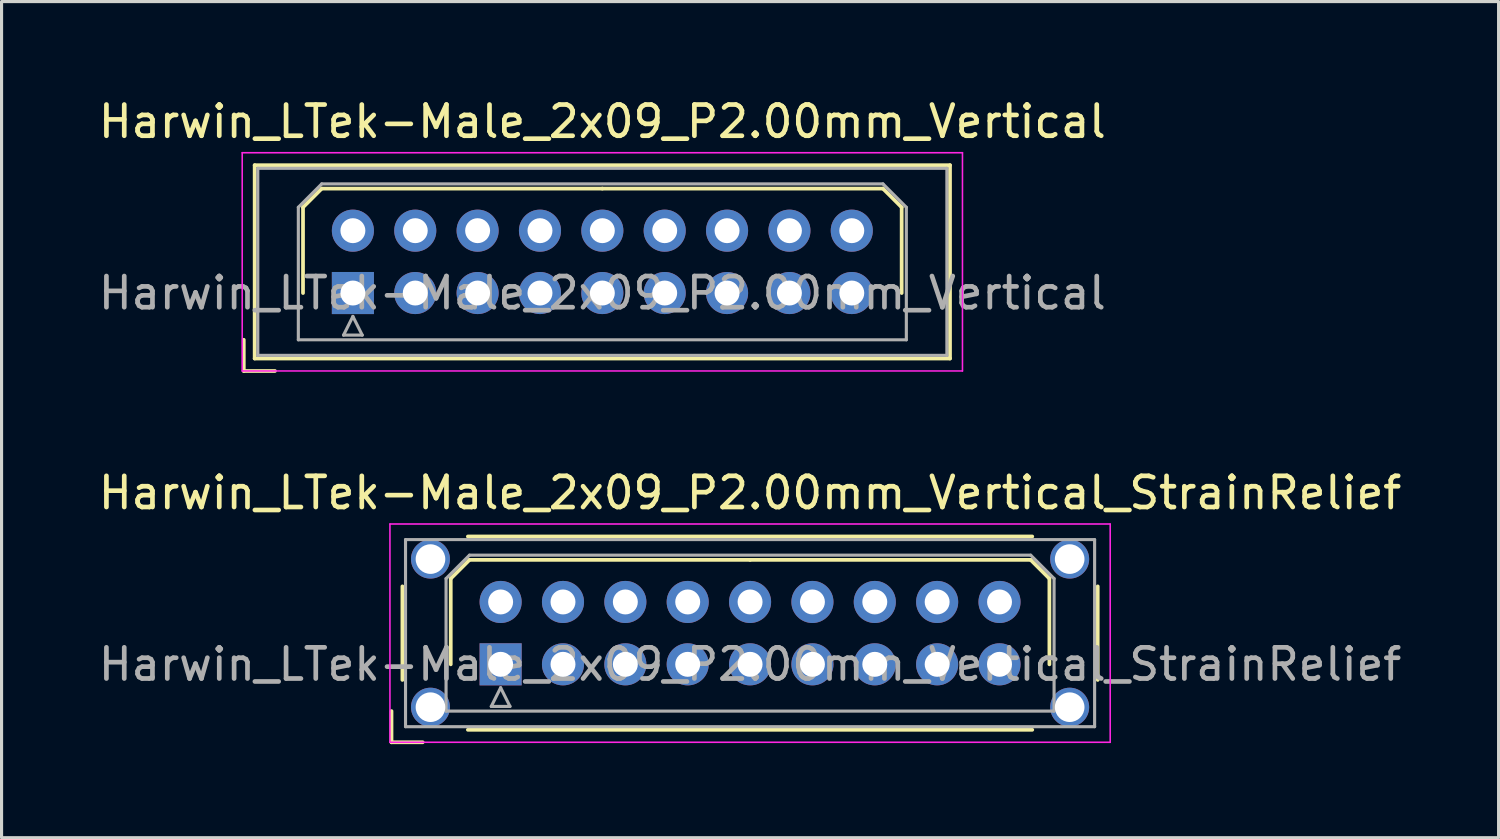
<source format=kicad_pcb>
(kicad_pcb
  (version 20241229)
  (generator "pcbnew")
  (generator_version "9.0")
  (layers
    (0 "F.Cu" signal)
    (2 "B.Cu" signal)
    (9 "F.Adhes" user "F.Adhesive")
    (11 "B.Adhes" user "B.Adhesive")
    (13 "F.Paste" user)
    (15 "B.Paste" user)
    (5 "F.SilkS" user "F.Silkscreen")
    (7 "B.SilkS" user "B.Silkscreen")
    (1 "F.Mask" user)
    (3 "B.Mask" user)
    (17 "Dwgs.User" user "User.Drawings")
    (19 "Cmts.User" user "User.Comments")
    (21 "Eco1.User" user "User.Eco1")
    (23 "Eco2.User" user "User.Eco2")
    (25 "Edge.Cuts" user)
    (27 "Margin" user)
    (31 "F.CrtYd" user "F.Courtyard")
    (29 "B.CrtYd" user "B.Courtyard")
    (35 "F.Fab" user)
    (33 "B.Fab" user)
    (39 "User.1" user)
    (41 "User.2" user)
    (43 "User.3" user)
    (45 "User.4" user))
  (footprint "Harwin_LTek-Male_2x09_P2.00mm_Vertical"
    (layer "F.Cu")
    (at 8.268 6.348)
    (property "Reference" "Harwin_LTek-Male_2x09_P2.00mm_Vertical" (at 8 -5.5 0) (layer "F.SilkS") (effects (font (size 1 1) (thickness 0.15))))
    (attr through_hole)
    (fp_line (start -3.5 1.5) (end -3.5 2.5) (stroke (width 0.12) (type solid)) (layer "F.SilkS"))
    (fp_line (start -3.5 2.5) (end -2.5 2.5) (stroke (width 0.12) (type solid)) (layer "F.SilkS"))
    (fp_line (start -3.15 -4.1) (end -3.15 2.1) (stroke (width 0.12) (type solid)) (layer "F.SilkS"))
    (fp_line (start -3.15 2.1) (end 19.15 2.1) (stroke (width 0.12) (type solid)) (layer "F.SilkS"))
    (fp_line (start -1.6 -2.75) (end -1 -3.35) (stroke (width 0.12) (type solid)) (layer "F.SilkS"))
    (fp_line (start -1.6 0) (end -1.6 -2.75) (stroke (width 0.12) (type solid)) (layer "F.SilkS"))
    (fp_line (start -1 -3.35) (end 8 -3.35) (stroke (width 0.12) (type solid)) (layer "F.SilkS"))
    (fp_line (start 17 -3.35) (end 8 -3.35) (stroke (width 0.12) (type solid)) (layer "F.SilkS"))
    (fp_line (start 17.6 -2.75) (end 17 -3.35) (stroke (width 0.12) (type solid)) (layer "F.SilkS"))
    (fp_line (start 17.6 0) (end 17.6 -2.75) (stroke (width 0.12) (type solid)) (layer "F.SilkS"))
    (fp_line (start 19.15 -4.1) (end -3.15 -4.1) (stroke (width 0.12) (type solid)) (layer "F.SilkS"))
    (fp_line (start 19.15 2.1) (end 19.15 -4.1) (stroke (width 0.12) (type solid)) (layer "F.SilkS"))
    (fp_line (start -3.55 -4.5) (end -3.55 2.5) (stroke (width 0.05) (type solid)) (layer "F.CrtYd"))
    (fp_line (start -3.55 2.5) (end 19.55 2.5) (stroke (width 0.05) (type solid)) (layer "F.CrtYd"))
    (fp_line (start 19.55 -4.5) (end -3.55 -4.5) (stroke (width 0.05) (type solid)) (layer "F.CrtYd"))
    (fp_line (start 19.55 2.5) (end 19.55 -4.5) (stroke (width 0.05) (type solid)) (layer "F.CrtYd"))
    (fp_line (start -3.05 -4) (end -3.05 2) (stroke (width 0.1) (type solid)) (layer "F.Fab"))
    (fp_line (start -3.05 2) (end 19.05 2) (stroke (width 0.1) (type solid)) (layer "F.Fab"))
    (fp_line (start -1.75 -2.75) (end -1 -3.5) (stroke (width 0.1) (type solid)) (layer "F.Fab"))
    (fp_line (start -1.75 1.5) (end -1.75 -2.75) (stroke (width 0.1) (type solid)) (layer "F.Fab"))
    (fp_line (start -1 -3.5) (end 17 -3.5) (stroke (width 0.1) (type solid)) (layer "F.Fab"))
    (fp_line (start -0.3 1.35) (end 0.3 1.35) (stroke (width 0.1) (type solid)) (layer "F.Fab"))
    (fp_line (start 0 0.75) (end -0.3 1.35) (stroke (width 0.1) (type solid)) (layer "F.Fab"))
    (fp_line (start 0.3 1.35) (end 0 0.75) (stroke (width 0.1) (type solid)) (layer "F.Fab"))
    (fp_line (start 17 -3.5) (end 17.75 -2.75) (stroke (width 0.1) (type solid)) (layer "F.Fab"))
    (fp_line (start 17.75 -2.75) (end 17.75 1.5) (stroke (width 0.1) (type solid)) (layer "F.Fab"))
    (fp_line (start 17.75 1.5) (end -1.75 1.5) (stroke (width 0.1) (type solid)) (layer "F.Fab"))
    (fp_line (start 19.05 -4) (end -3.05 -4) (stroke (width 0.1) (type solid)) (layer "F.Fab"))
    (fp_line (start 19.05 2) (end 19.05 -4) (stroke (width 0.1) (type solid)) (layer "F.Fab"))
    (fp_text user "${REFERENCE}" (at 8 0 0) (layer "F.Fab") (effects (font (size 1 1) (thickness 0.15))))
    (pad "1" thru_hole rect (at 0 0) (size 1.35 1.35) (drill 0.8) (layers "*.Cu" "*.Mask"))
    (pad "2" thru_hole circle (at 0 -2) (size 1.35 1.35) (drill 0.8) (layers "*.Cu" "*.Mask"))
    (pad "3" thru_hole circle (at 2 0) (size 1.35 1.35) (drill 0.8) (layers "*.Cu" "*.Mask"))
    (pad "4" thru_hole circle (at 2 -2) (size 1.35 1.35) (drill 0.8) (layers "*.Cu" "*.Mask"))
    (pad "5" thru_hole circle (at 4 0) (size 1.35 1.35) (drill 0.8) (layers "*.Cu" "*.Mask"))
    (pad "6" thru_hole circle (at 4 -2) (size 1.35 1.35) (drill 0.8) (layers "*.Cu" "*.Mask"))
    (pad "7" thru_hole circle (at 6 0) (size 1.35 1.35) (drill 0.8) (layers "*.Cu" "*.Mask"))
    (pad "8" thru_hole circle (at 6 -2) (size 1.35 1.35) (drill 0.8) (layers "*.Cu" "*.Mask"))
    (pad "9" thru_hole circle (at 8 0) (size 1.35 1.35) (drill 0.8) (layers "*.Cu" "*.Mask"))
    (pad "10" thru_hole circle (at 8 -2) (size 1.35 1.35) (drill 0.8) (layers "*.Cu" "*.Mask"))
    (pad "11" thru_hole circle (at 10 0) (size 1.35 1.35) (drill 0.8) (layers "*.Cu" "*.Mask"))
    (pad "12" thru_hole circle (at 10 -2) (size 1.35 1.35) (drill 0.8) (layers "*.Cu" "*.Mask"))
    (pad "13" thru_hole circle (at 12 0) (size 1.35 1.35) (drill 0.8) (layers "*.Cu" "*.Mask"))
    (pad "14" thru_hole circle (at 12 -2) (size 1.35 1.35) (drill 0.8) (layers "*.Cu" "*.Mask"))
    (pad "15" thru_hole circle (at 14 0) (size 1.35 1.35) (drill 0.8) (layers "*.Cu" "*.Mask"))
    (pad "16" thru_hole circle (at 14 -2) (size 1.35 1.35) (drill 0.8) (layers "*.Cu" "*.Mask"))
    (pad "17" thru_hole circle (at 16 0) (size 1.35 1.35) (drill 0.8) (layers "*.Cu" "*.Mask"))
    (pad "18" thru_hole circle (at 16 -2) (size 1.35 1.35) (drill 0.8) (layers "*.Cu" "*.Mask")))
  (footprint "Harwin_LTek-Male_2x09_P2.00mm_Vertical_StrainRelief"
    (layer "F.Cu")
    (at 13.006 18.256)
    (property "Reference" "Harwin_LTek-Male_2x09_P2.00mm_Vertical_StrainRelief" (at 8 -5.5 0) (layer "F.SilkS") (effects (font (size 1 1) (thickness 0.15))))
    (attr through_hole)
    (fp_line (start -3.5 1.5) (end -3.5 2.5) (stroke (width 0.12) (type solid)) (layer "F.SilkS"))
    (fp_line (start -3.5 2.5) (end -2.5 2.5) (stroke (width 0.12) (type solid)) (layer "F.SilkS"))
    (fp_line (start -3.15 -2.5) (end -3.15 0.5) (stroke (width 0.12) (type solid)) (layer "F.SilkS"))
    (fp_line (start -1.6 -2.75) (end -1 -3.35) (stroke (width 0.12) (type solid)) (layer "F.SilkS"))
    (fp_line (start -1.6 0) (end -1.6 -2.75) (stroke (width 0.12) (type solid)) (layer "F.SilkS"))
    (fp_line (start -1.05 -4.1) (end 17.05 -4.1) (stroke (width 0.12) (type solid)) (layer "F.SilkS"))
    (fp_line (start -1.05 2.1) (end 17.05 2.1) (stroke (width 0.12) (type solid)) (layer "F.SilkS"))
    (fp_line (start -1 -3.35) (end 8 -3.35) (stroke (width 0.12) (type solid)) (layer "F.SilkS"))
    (fp_line (start 17 -3.35) (end 8 -3.35) (stroke (width 0.12) (type solid)) (layer "F.SilkS"))
    (fp_line (start 17.6 -2.75) (end 17 -3.35) (stroke (width 0.12) (type solid)) (layer "F.SilkS"))
    (fp_line (start 17.6 0) (end 17.6 -2.75) (stroke (width 0.12) (type solid)) (layer "F.SilkS"))
    (fp_line (start 19.15 -2.5) (end 19.15 0.5) (stroke (width 0.12) (type solid)) (layer "F.SilkS"))
    (fp_line (start -3.55 -4.5) (end -3.55 2.5) (stroke (width 0.05) (type solid)) (layer "F.CrtYd"))
    (fp_line (start -3.55 2.5) (end 19.55 2.5) (stroke (width 0.05) (type solid)) (layer "F.CrtYd"))
    (fp_line (start 19.55 -4.5) (end -3.55 -4.5) (stroke (width 0.05) (type solid)) (layer "F.CrtYd"))
    (fp_line (start 19.55 2.5) (end 19.55 -4.5) (stroke (width 0.05) (type solid)) (layer "F.CrtYd"))
    (fp_line (start -3.05 -4) (end -3.05 2) (stroke (width 0.1) (type solid)) (layer "F.Fab"))
    (fp_line (start -3.05 2) (end 19.05 2) (stroke (width 0.1) (type solid)) (layer "F.Fab"))
    (fp_line (start -1.75 -2.75) (end -1 -3.5) (stroke (width 0.1) (type solid)) (layer "F.Fab"))
    (fp_line (start -1.75 1.5) (end -1.75 -2.75) (stroke (width 0.1) (type solid)) (layer "F.Fab"))
    (fp_line (start -1 -3.5) (end 17 -3.5) (stroke (width 0.1) (type solid)) (layer "F.Fab"))
    (fp_line (start -0.3 1.35) (end 0.3 1.35) (stroke (width 0.1) (type solid)) (layer "F.Fab"))
    (fp_line (start 0 0.75) (end -0.3 1.35) (stroke (width 0.1) (type solid)) (layer "F.Fab"))
    (fp_line (start 0.3 1.35) (end 0 0.75) (stroke (width 0.1) (type solid)) (layer "F.Fab"))
    (fp_line (start 17 -3.5) (end 17.75 -2.75) (stroke (width 0.1) (type solid)) (layer "F.Fab"))
    (fp_line (start 17.75 -2.75) (end 17.75 1.5) (stroke (width 0.1) (type solid)) (layer "F.Fab"))
    (fp_line (start 17.75 1.5) (end -1.75 1.5) (stroke (width 0.1) (type solid)) (layer "F.Fab"))
    (fp_line (start 19.05 -4) (end -3.05 -4) (stroke (width 0.1) (type solid)) (layer "F.Fab"))
    (fp_line (start 19.05 2) (end 19.05 -4) (stroke (width 0.1) (type solid)) (layer "F.Fab"))
    (fp_text user "${REFERENCE}" (at 8 0 0) (layer "F.Fab") (effects (font (size 1 1) (thickness 0.15))))
    (pad "" thru_hole circle (at -2.25 -3.375) (size 1.25 1.25) (drill 0.95) (layers "*.Cu" "*.Mask"))
    (pad "" thru_hole circle (at -2.25 1.375) (size 1.25 1.25) (drill 0.95) (layers "*.Cu" "*.Mask"))
    (pad "" thru_hole circle (at 18.25 -3.375) (size 1.25 1.25) (drill 0.95) (layers "*.Cu" "*.Mask"))
    (pad "" thru_hole circle (at 18.25 1.375) (size 1.25 1.25) (drill 0.95) (layers "*.Cu" "*.Mask"))
    (pad "1" thru_hole rect (at 0 0) (size 1.35 1.35) (drill 0.8) (layers "*.Cu" "*.Mask"))
    (pad "2" thru_hole circle (at 0 -2) (size 1.35 1.35) (drill 0.8) (layers "*.Cu" "*.Mask"))
    (pad "3" thru_hole circle (at 2 0) (size 1.35 1.35) (drill 0.8) (layers "*.Cu" "*.Mask"))
    (pad "4" thru_hole circle (at 2 -2) (size 1.35 1.35) (drill 0.8) (layers "*.Cu" "*.Mask"))
    (pad "5" thru_hole circle (at 4 0) (size 1.35 1.35) (drill 0.8) (layers "*.Cu" "*.Mask"))
    (pad "6" thru_hole circle (at 4 -2) (size 1.35 1.35) (drill 0.8) (layers "*.Cu" "*.Mask"))
    (pad "7" thru_hole circle (at 6 0) (size 1.35 1.35) (drill 0.8) (layers "*.Cu" "*.Mask"))
    (pad "8" thru_hole circle (at 6 -2) (size 1.35 1.35) (drill 0.8) (layers "*.Cu" "*.Mask"))
    (pad "9" thru_hole circle (at 8 0) (size 1.35 1.35) (drill 0.8) (layers "*.Cu" "*.Mask"))
    (pad "10" thru_hole circle (at 8 -2) (size 1.35 1.35) (drill 0.8) (layers "*.Cu" "*.Mask"))
    (pad "11" thru_hole circle (at 10 0) (size 1.35 1.35) (drill 0.8) (layers "*.Cu" "*.Mask"))
    (pad "12" thru_hole circle (at 10 -2) (size 1.35 1.35) (drill 0.8) (layers "*.Cu" "*.Mask"))
    (pad "13" thru_hole circle (at 12 0) (size 1.35 1.35) (drill 0.8) (layers "*.Cu" "*.Mask"))
    (pad "14" thru_hole circle (at 12 -2) (size 1.35 1.35) (drill 0.8) (layers "*.Cu" "*.Mask"))
    (pad "15" thru_hole circle (at 14 0) (size 1.35 1.35) (drill 0.8) (layers "*.Cu" "*.Mask"))
    (pad "16" thru_hole circle (at 14 -2) (size 1.35 1.35) (drill 0.8) (layers "*.Cu" "*.Mask"))
    (pad "17" thru_hole circle (at 16 0) (size 1.35 1.35) (drill 0.8) (layers "*.Cu" "*.Mask"))
    (pad "18" thru_hole circle (at 16 -2) (size 1.35 1.35) (drill 0.8) (layers "*.Cu" "*.Mask")))
  (gr_rect
    (start -3 -3)
    (end 45.012 23.817)
    (stroke (width 0.1) (type default))
    (fill no)
    (layer "Edge.Cuts")))
</source>
